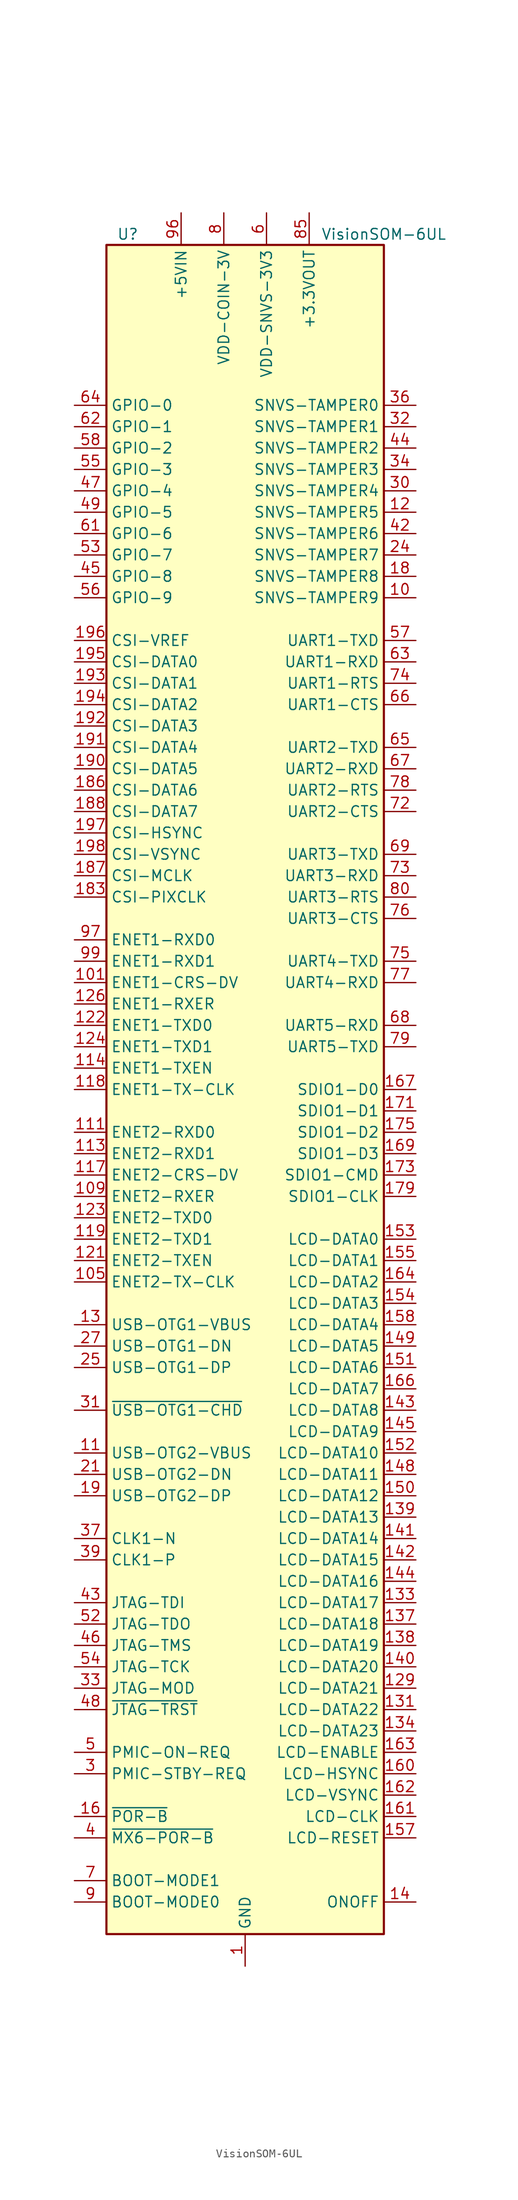
<source format=kicad_sym>
(kicad_symbol_lib
  (version 20231120)
  (generator "kicad_symbol_editor")
  (generator_version "8.0")
  (symbol "VisionSOM-6UL"
    (property "Reference" "U"
      (at -13.97 101.6 0)
      (effects (font (size 1.27 1.27))))
    (property "Value" "VisionSOM-6UL"
      (at 16.51 101.6 0)
      (effects (font (size 1.27 1.27))))
    (symbol "VisionSOM-6UL_0_1"
      (rectangle (start -16.51 100.33) (end 16.51 -100.33) (stroke (width 0.254) (type default)) (fill (type background))))
    (symbol "VisionSOM-6UL_1_1"
      (pin power_in line (at 0 -104.14 90) (length 3.81) (name "GND" (effects (font (size 1.27 1.27)))) (number "1" (effects (font (size 1.27 1.27)))))
      (pin bidirectional line (at 20.32 58.42 180) (length 3.81) (name "SNVS-TAMPER9" (effects (font (size 1.27 1.27)))) (number "10" (effects (font (size 1.27 1.27)))))
      (pin passive line (at -7.62 104.14 270) (length 3.81) hide (name "+5VIN" (effects (font (size 1.27 1.27)))) (number "100" (effects (font (size 1.27 1.27)))))
      (pin bidirectional line (at -20.32 12.7 0) (length 3.81) (name "ENET1-CRS-DV" (effects (font (size 1.27 1.27)))) (number "101" (effects (font (size 1.27 1.27)))))
      (pin passive line (at -7.62 104.14 270) (length 3.81) hide (name "+5VIN" (effects (font (size 1.27 1.27)))) (number "102" (effects (font (size 1.27 1.27)))))
      (pin passive line (at 0 -104.14 90) (length 3.81) hide (name "GND" (effects (font (size 1.27 1.27)))) (number "103" (effects (font (size 1.27 1.27)))))
      (pin passive line (at -7.62 104.14 270) (length 3.81) hide (name "+5VIN" (effects (font (size 1.27 1.27)))) (number "104" (effects (font (size 1.27 1.27)))))
      (pin bidirectional line (at -20.32 -22.86 0) (length 3.81) (name "ENET2-TX-CLK" (effects (font (size 1.27 1.27)))) (number "105" (effects (font (size 1.27 1.27)))))
      (pin passive line (at -7.62 104.14 270) (length 3.81) hide (name "+5VIN" (effects (font (size 1.27 1.27)))) (number "106" (effects (font (size 1.27 1.27)))))
      (pin passive line (at 0 -104.14 90) (length 3.81) hide (name "GND" (effects (font (size 1.27 1.27)))) (number "107" (effects (font (size 1.27 1.27)))))
      (pin passive line (at -7.62 104.14 270) (length 3.81) hide (name "+5VIN" (effects (font (size 1.27 1.27)))) (number "108" (effects (font (size 1.27 1.27)))))
      (pin bidirectional line (at -20.32 -12.7 0) (length 3.81) (name "ENET2-RXER" (effects (font (size 1.27 1.27)))) (number "109" (effects (font (size 1.27 1.27)))))
      (pin input line (at -20.32 -43.18 0) (length 3.81) (name "USB-OTG2-VBUS" (effects (font (size 1.27 1.27)))) (number "11" (effects (font (size 1.27 1.27)))))
      (pin passive line (at -7.62 104.14 270) (length 3.81) hide (name "+5VIN" (effects (font (size 1.27 1.27)))) (number "110" (effects (font (size 1.27 1.27)))))
      (pin bidirectional line (at -20.32 -5.08 0) (length 3.81) (name "ENET2-RXD0" (effects (font (size 1.27 1.27)))) (number "111" (effects (font (size 1.27 1.27)))))
      (pin passive line (at -7.62 104.14 270) (length 3.81) hide (name "+5VIN" (effects (font (size 1.27 1.27)))) (number "112" (effects (font (size 1.27 1.27)))))
      (pin bidirectional line (at -20.32 -7.62 0) (length 3.81) (name "ENET2-RXD1" (effects (font (size 1.27 1.27)))) (number "113" (effects (font (size 1.27 1.27)))))
      (pin bidirectional line (at -20.32 2.54 0) (length 3.81) (name "ENET1-TXEN" (effects (font (size 1.27 1.27)))) (number "114" (effects (font (size 1.27 1.27)))))
      (pin passive line (at 0 -104.14 90) (length 3.81) hide (name "GND" (effects (font (size 1.27 1.27)))) (number "115" (effects (font (size 1.27 1.27)))))
      (pin passive line (at 0 -104.14 90) (length 3.81) hide (name "GND" (effects (font (size 1.27 1.27)))) (number "116" (effects (font (size 1.27 1.27)))))
      (pin bidirectional line (at -20.32 -10.16 0) (length 3.81) (name "ENET2-CRS-DV" (effects (font (size 1.27 1.27)))) (number "117" (effects (font (size 1.27 1.27)))))
      (pin bidirectional line (at -20.32 0 0) (length 3.81) (name "ENET1-TX-CLK" (effects (font (size 1.27 1.27)))) (number "118" (effects (font (size 1.27 1.27)))))
      (pin bidirectional line (at -20.32 -17.78 0) (length 3.81) (name "ENET2-TXD1" (effects (font (size 1.27 1.27)))) (number "119" (effects (font (size 1.27 1.27)))))
      (pin bidirectional line (at 20.32 68.58 180) (length 3.81) (name "SNVS-TAMPER5" (effects (font (size 1.27 1.27)))) (number "12" (effects (font (size 1.27 1.27)))))
      (pin passive line (at 0 -104.14 90) (length 3.81) hide (name "GND" (effects (font (size 1.27 1.27)))) (number "120" (effects (font (size 1.27 1.27)))))
      (pin bidirectional line (at -20.32 -20.32 0) (length 3.81) (name "ENET2-TXEN" (effects (font (size 1.27 1.27)))) (number "121" (effects (font (size 1.27 1.27)))))
      (pin bidirectional line (at -20.32 7.62 0) (length 3.81) (name "ENET1-TXD0" (effects (font (size 1.27 1.27)))) (number "122" (effects (font (size 1.27 1.27)))))
      (pin bidirectional line (at -20.32 -15.24 0) (length 3.81) (name "ENET2-TXD0" (effects (font (size 1.27 1.27)))) (number "123" (effects (font (size 1.27 1.27)))))
      (pin bidirectional line (at -20.32 5.08 0) (length 3.81) (name "ENET1-TXD1" (effects (font (size 1.27 1.27)))) (number "124" (effects (font (size 1.27 1.27)))))
      (pin passive line (at 0 -104.14 90) (length 3.81) hide (name "GND" (effects (font (size 1.27 1.27)))) (number "125" (effects (font (size 1.27 1.27)))))
      (pin bidirectional line (at -20.32 10.16 0) (length 3.81) (name "ENET1-RXER" (effects (font (size 1.27 1.27)))) (number "126" (effects (font (size 1.27 1.27)))))
      (pin passive line (at 0 -104.14 90) (length 3.81) hide (name "GND" (effects (font (size 1.27 1.27)))) (number "127" (effects (font (size 1.27 1.27)))))
      (pin passive line (at 0 -104.14 90) (length 3.81) hide (name "GND" (effects (font (size 1.27 1.27)))) (number "128" (effects (font (size 1.27 1.27)))))
      (pin bidirectional line (at 20.32 -71.12 180) (length 3.81) (name "LCD-DATA21" (effects (font (size 1.27 1.27)))) (number "129" (effects (font (size 1.27 1.27)))))
      (pin input line (at -20.32 -27.94 0) (length 3.81) (name "USB-OTG1-VBUS" (effects (font (size 1.27 1.27)))) (number "13" (effects (font (size 1.27 1.27)))))
      (pin passive line (at 0 -104.14 90) (length 3.81) hide (name "GND" (effects (font (size 1.27 1.27)))) (number "130" (effects (font (size 1.27 1.27)))))
      (pin bidirectional line (at 20.32 -73.66 180) (length 3.81) (name "LCD-DATA22" (effects (font (size 1.27 1.27)))) (number "131" (effects (font (size 1.27 1.27)))))
      (pin passive line (at 0 -104.14 90) (length 3.81) hide (name "GND" (effects (font (size 1.27 1.27)))) (number "132" (effects (font (size 1.27 1.27)))))
      (pin bidirectional line (at 20.32 -60.96 180) (length 3.81) (name "LCD-DATA17" (effects (font (size 1.27 1.27)))) (number "133" (effects (font (size 1.27 1.27)))))
      (pin bidirectional line (at 20.32 -76.2 180) (length 3.81) (name "LCD-DATA23" (effects (font (size 1.27 1.27)))) (number "134" (effects (font (size 1.27 1.27)))))
      (pin passive line (at 0 -104.14 90) (length 3.81) hide (name "GND" (effects (font (size 1.27 1.27)))) (number "135" (effects (font (size 1.27 1.27)))))
      (pin passive line (at 0 -104.14 90) (length 3.81) hide (name "GND" (effects (font (size 1.27 1.27)))) (number "136" (effects (font (size 1.27 1.27)))))
      (pin bidirectional line (at 20.32 -63.5 180) (length 3.81) (name "LCD-DATA18" (effects (font (size 1.27 1.27)))) (number "137" (effects (font (size 1.27 1.27)))))
      (pin bidirectional line (at 20.32 -66.04 180) (length 3.81) (name "LCD-DATA19" (effects (font (size 1.27 1.27)))) (number "138" (effects (font (size 1.27 1.27)))))
      (pin bidirectional line (at 20.32 -50.8 180) (length 3.81) (name "LCD-DATA13" (effects (font (size 1.27 1.27)))) (number "139" (effects (font (size 1.27 1.27)))))
      (pin input line (at 20.32 -96.52 180) (length 3.81) (name "ONOFF" (effects (font (size 1.27 1.27)))) (number "14" (effects (font (size 1.27 1.27)))))
      (pin bidirectional line (at 20.32 -68.58 180) (length 3.81) (name "LCD-DATA20" (effects (font (size 1.27 1.27)))) (number "140" (effects (font (size 1.27 1.27)))))
      (pin bidirectional line (at 20.32 -53.34 180) (length 3.81) (name "LCD-DATA14" (effects (font (size 1.27 1.27)))) (number "141" (effects (font (size 1.27 1.27)))))
      (pin bidirectional line (at 20.32 -55.88 180) (length 3.81) (name "LCD-DATA15" (effects (font (size 1.27 1.27)))) (number "142" (effects (font (size 1.27 1.27)))))
      (pin bidirectional line (at 20.32 -38.1 180) (length 3.81) (name "LCD-DATA8" (effects (font (size 1.27 1.27)))) (number "143" (effects (font (size 1.27 1.27)))))
      (pin bidirectional line (at 20.32 -58.42 180) (length 3.81) (name "LCD-DATA16" (effects (font (size 1.27 1.27)))) (number "144" (effects (font (size 1.27 1.27)))))
      (pin bidirectional line (at 20.32 -40.64 180) (length 3.81) (name "LCD-DATA9" (effects (font (size 1.27 1.27)))) (number "145" (effects (font (size 1.27 1.27)))))
      (pin passive line (at 0 -104.14 90) (length 3.81) hide (name "GND" (effects (font (size 1.27 1.27)))) (number "146" (effects (font (size 1.27 1.27)))))
      (pin passive line (at 0 -104.14 90) (length 3.81) hide (name "GND" (effects (font (size 1.27 1.27)))) (number "147" (effects (font (size 1.27 1.27)))))
      (pin bidirectional line (at 20.32 -45.72 180) (length 3.81) (name "LCD-DATA11" (effects (font (size 1.27 1.27)))) (number "148" (effects (font (size 1.27 1.27)))))
      (pin bidirectional line (at 20.32 -30.48 180) (length 3.81) (name "LCD-DATA5" (effects (font (size 1.27 1.27)))) (number "149" (effects (font (size 1.27 1.27)))))
      (pin passive line (at 0 -104.14 90) (length 3.81) hide (name "GND" (effects (font (size 1.27 1.27)))) (number "15" (effects (font (size 1.27 1.27)))))
      (pin bidirectional line (at 20.32 -48.26 180) (length 3.81) (name "LCD-DATA12" (effects (font (size 1.27 1.27)))) (number "150" (effects (font (size 1.27 1.27)))))
      (pin bidirectional line (at 20.32 -33.02 180) (length 3.81) (name "LCD-DATA6" (effects (font (size 1.27 1.27)))) (number "151" (effects (font (size 1.27 1.27)))))
      (pin bidirectional line (at 20.32 -43.18 180) (length 3.81) (name "LCD-DATA10" (effects (font (size 1.27 1.27)))) (number "152" (effects (font (size 1.27 1.27)))))
      (pin bidirectional line (at 20.32 -17.78 180) (length 3.81) (name "LCD-DATA0" (effects (font (size 1.27 1.27)))) (number "153" (effects (font (size 1.27 1.27)))))
      (pin bidirectional line (at 20.32 -25.4 180) (length 3.81) (name "LCD-DATA3" (effects (font (size 1.27 1.27)))) (number "154" (effects (font (size 1.27 1.27)))))
      (pin bidirectional line (at 20.32 -20.32 180) (length 3.81) (name "LCD-DATA1" (effects (font (size 1.27 1.27)))) (number "155" (effects (font (size 1.27 1.27)))))
      (pin passive line (at 0 -104.14 90) (length 3.81) hide (name "GND" (effects (font (size 1.27 1.27)))) (number "156" (effects (font (size 1.27 1.27)))))
      (pin bidirectional line (at 20.32 -88.9 180) (length 3.81) (name "LCD-RESET" (effects (font (size 1.27 1.27)))) (number "157" (effects (font (size 1.27 1.27)))))
      (pin bidirectional line (at 20.32 -27.94 180) (length 3.81) (name "LCD-DATA4" (effects (font (size 1.27 1.27)))) (number "158" (effects (font (size 1.27 1.27)))))
      (pin passive line (at 0 -104.14 90) (length 3.81) hide (name "GND" (effects (font (size 1.27 1.27)))) (number "159" (effects (font (size 1.27 1.27)))))
      (pin input line (at -20.32 -86.36 0) (length 3.81) (name "~{POR-B}" (effects (font (size 1.27 1.27)))) (number "16" (effects (font (size 1.27 1.27)))))
      (pin bidirectional line (at 20.32 -81.28 180) (length 3.81) (name "LCD-HSYNC" (effects (font (size 1.27 1.27)))) (number "160" (effects (font (size 1.27 1.27)))))
      (pin bidirectional line (at 20.32 -86.36 180) (length 3.81) (name "LCD-CLK" (effects (font (size 1.27 1.27)))) (number "161" (effects (font (size 1.27 1.27)))))
      (pin bidirectional line (at 20.32 -83.82 180) (length 3.81) (name "LCD-VSYNC" (effects (font (size 1.27 1.27)))) (number "162" (effects (font (size 1.27 1.27)))))
      (pin bidirectional line (at 20.32 -78.74 180) (length 3.81) (name "LCD-ENABLE" (effects (font (size 1.27 1.27)))) (number "163" (effects (font (size 1.27 1.27)))))
      (pin bidirectional line (at 20.32 -22.86 180) (length 3.81) (name "LCD-DATA2" (effects (font (size 1.27 1.27)))) (number "164" (effects (font (size 1.27 1.27)))))
      (pin passive line (at 0 -104.14 90) (length 3.81) hide (name "GND" (effects (font (size 1.27 1.27)))) (number "165" (effects (font (size 1.27 1.27)))))
      (pin bidirectional line (at 20.32 -35.56 180) (length 3.81) (name "LCD-DATA7" (effects (font (size 1.27 1.27)))) (number "166" (effects (font (size 1.27 1.27)))))
      (pin bidirectional line (at 20.32 0 180) (length 3.81) (name "SDIO1-D0" (effects (font (size 1.27 1.27)))) (number "167" (effects (font (size 1.27 1.27)))))
      (pin passive line (at 0 -104.14 90) (length 3.81) hide (name "GND" (effects (font (size 1.27 1.27)))) (number "168" (effects (font (size 1.27 1.27)))))
      (pin bidirectional line (at 20.32 -7.62 180) (length 3.81) (name "SDIO1-D3" (effects (font (size 1.27 1.27)))) (number "169" (effects (font (size 1.27 1.27)))))
      (pin passive line (at 0 -104.14 90) (length 3.81) hide (name "GND" (effects (font (size 1.27 1.27)))) (number "17" (effects (font (size 1.27 1.27)))))
      (pin passive line (at 0 -104.14 90) (length 3.81) hide (name "GND" (effects (font (size 1.27 1.27)))) (number "170" (effects (font (size 1.27 1.27)))))
      (pin bidirectional line (at 20.32 -2.54 180) (length 3.81) (name "SDIO1-D1" (effects (font (size 1.27 1.27)))) (number "171" (effects (font (size 1.27 1.27)))))
      (pin passive line (at 0 -104.14 90) (length 3.81) hide (name "GND" (effects (font (size 1.27 1.27)))) (number "172" (effects (font (size 1.27 1.27)))))
      (pin bidirectional line (at 20.32 -10.16 180) (length 3.81) (name "SDIO1-CMD" (effects (font (size 1.27 1.27)))) (number "173" (effects (font (size 1.27 1.27)))))
      (pin passive line (at 0 -104.14 90) (length 3.81) hide (name "GND" (effects (font (size 1.27 1.27)))) (number "174" (effects (font (size 1.27 1.27)))))
      (pin bidirectional line (at 20.32 -5.08 180) (length 3.81) (name "SDIO1-D2" (effects (font (size 1.27 1.27)))) (number "175" (effects (font (size 1.27 1.27)))))
      (pin passive line (at 0 -104.14 90) (length 3.81) hide (name "GND" (effects (font (size 1.27 1.27)))) (number "176" (effects (font (size 1.27 1.27)))))
      (pin passive line (at 0 -104.14 90) (length 3.81) hide (name "GND" (effects (font (size 1.27 1.27)))) (number "177" (effects (font (size 1.27 1.27)))))
      (pin passive line (at 0 -104.14 90) (length 3.81) hide (name "GND" (effects (font (size 1.27 1.27)))) (number "178" (effects (font (size 1.27 1.27)))))
      (pin bidirectional line (at 20.32 -12.7 180) (length 3.81) (name "SDIO1-CLK" (effects (font (size 1.27 1.27)))) (number "179" (effects (font (size 1.27 1.27)))))
      (pin bidirectional line (at 20.32 60.96 180) (length 3.81) (name "SNVS-TAMPER8" (effects (font (size 1.27 1.27)))) (number "18" (effects (font (size 1.27 1.27)))))
      (pin passive line (at 0 -104.14 90) (length 3.81) hide (name "GND" (effects (font (size 1.27 1.27)))) (number "180" (effects (font (size 1.27 1.27)))))
      (pin passive line (at 0 -104.14 90) (length 3.81) hide (name "GND" (effects (font (size 1.27 1.27)))) (number "181" (effects (font (size 1.27 1.27)))))
      (pin passive line (at 0 -104.14 90) (length 3.81) hide (name "GND" (effects (font (size 1.27 1.27)))) (number "182" (effects (font (size 1.27 1.27)))))
      (pin bidirectional line (at -20.32 22.86 0) (length 3.81) (name "CSI-PIXCLK" (effects (font (size 1.27 1.27)))) (number "183" (effects (font (size 1.27 1.27)))))
      (pin passive line (at 0 -104.14 90) (length 3.81) hide (name "GND" (effects (font (size 1.27 1.27)))) (number "184" (effects (font (size 1.27 1.27)))))
      (pin passive line (at 0 -104.14 90) (length 3.81) hide (name "GND" (effects (font (size 1.27 1.27)))) (number "185" (effects (font (size 1.27 1.27)))))
      (pin bidirectional line (at -20.32 35.56 0) (length 3.81) (name "CSI-DATA6" (effects (font (size 1.27 1.27)))) (number "186" (effects (font (size 1.27 1.27)))))
      (pin bidirectional line (at -20.32 25.4 0) (length 3.81) (name "CSI-MCLK" (effects (font (size 1.27 1.27)))) (number "187" (effects (font (size 1.27 1.27)))))
      (pin bidirectional line (at -20.32 33.02 0) (length 3.81) (name "CSI-DATA7" (effects (font (size 1.27 1.27)))) (number "188" (effects (font (size 1.27 1.27)))))
      (pin passive line (at 0 -104.14 90) (length 3.81) hide (name "GND" (effects (font (size 1.27 1.27)))) (number "189" (effects (font (size 1.27 1.27)))))
      (pin bidirectional line (at -20.32 -48.26 0) (length 3.81) (name "USB-OTG2-DP" (effects (font (size 1.27 1.27)))) (number "19" (effects (font (size 1.27 1.27)))))
      (pin bidirectional line (at -20.32 38.1 0) (length 3.81) (name "CSI-DATA5" (effects (font (size 1.27 1.27)))) (number "190" (effects (font (size 1.27 1.27)))))
      (pin bidirectional line (at -20.32 40.64 0) (length 3.81) (name "CSI-DATA4" (effects (font (size 1.27 1.27)))) (number "191" (effects (font (size 1.27 1.27)))))
      (pin bidirectional line (at -20.32 43.18 0) (length 3.81) (name "CSI-DATA3" (effects (font (size 1.27 1.27)))) (number "192" (effects (font (size 1.27 1.27)))))
      (pin bidirectional line (at -20.32 48.26 0) (length 3.81) (name "CSI-DATA1" (effects (font (size 1.27 1.27)))) (number "193" (effects (font (size 1.27 1.27)))))
      (pin bidirectional line (at -20.32 45.72 0) (length 3.81) (name "CSI-DATA2" (effects (font (size 1.27 1.27)))) (number "194" (effects (font (size 1.27 1.27)))))
      (pin bidirectional line (at -20.32 50.8 0) (length 3.81) (name "CSI-DATA0" (effects (font (size 1.27 1.27)))) (number "195" (effects (font (size 1.27 1.27)))))
      (pin passive line (at -20.32 53.34 0) (length 3.81) (name "CSI-VREF" (effects (font (size 1.27 1.27)))) (number "196" (effects (font (size 1.27 1.27)))))
      (pin bidirectional line (at -20.32 30.48 0) (length 3.81) (name "CSI-HSYNC" (effects (font (size 1.27 1.27)))) (number "197" (effects (font (size 1.27 1.27)))))
      (pin bidirectional line (at -20.32 27.94 0) (length 3.81) (name "CSI-VSYNC" (effects (font (size 1.27 1.27)))) (number "198" (effects (font (size 1.27 1.27)))))
      (pin passive line (at 0 -104.14 90) (length 3.81) hide (name "GND" (effects (font (size 1.27 1.27)))) (number "199" (effects (font (size 1.27 1.27)))))
      (pin passive line (at 0 -104.14 90) (length 3.81) hide (name "GND" (effects (font (size 1.27 1.27)))) (number "2" (effects (font (size 1.27 1.27)))))
      (pin passive line (at 0 -104.14 90) (length 3.81) hide (name "GND" (effects (font (size 1.27 1.27)))) (number "20" (effects (font (size 1.27 1.27)))))
      (pin passive line (at 0 -104.14 90) (length 3.81) hide (name "GND" (effects (font (size 1.27 1.27)))) (number "200" (effects (font (size 1.27 1.27)))))
      (pin bidirectional line (at -20.32 -45.72 0) (length 3.81) (name "USB-OTG2-DN" (effects (font (size 1.27 1.27)))) (number "21" (effects (font (size 1.27 1.27)))))
      (pin passive line (at 0 -104.14 90) (length 3.81) hide (name "GND" (effects (font (size 1.27 1.27)))) (number "22" (effects (font (size 1.27 1.27)))))
      (pin passive line (at 0 -104.14 90) (length 3.81) hide (name "GND" (effects (font (size 1.27 1.27)))) (number "23" (effects (font (size 1.27 1.27)))))
      (pin bidirectional line (at 20.32 63.5 180) (length 3.81) (name "SNVS-TAMPER7" (effects (font (size 1.27 1.27)))) (number "24" (effects (font (size 1.27 1.27)))))
      (pin bidirectional line (at -20.32 -33.02 0) (length 3.81) (name "USB-OTG1-DP" (effects (font (size 1.27 1.27)))) (number "25" (effects (font (size 1.27 1.27)))))
      (pin passive line (at 0 -104.14 90) (length 3.81) hide (name "GND" (effects (font (size 1.27 1.27)))) (number "26" (effects (font (size 1.27 1.27)))))
      (pin bidirectional line (at -20.32 -30.48 0) (length 3.81) (name "USB-OTG1-DN" (effects (font (size 1.27 1.27)))) (number "27" (effects (font (size 1.27 1.27)))))
      (pin passive line (at 0 -104.14 90) (length 3.81) hide (name "GND" (effects (font (size 1.27 1.27)))) (number "28" (effects (font (size 1.27 1.27)))))
      (pin passive line (at 0 -104.14 90) (length 3.81) hide (name "GND" (effects (font (size 1.27 1.27)))) (number "29" (effects (font (size 1.27 1.27)))))
      (pin output line (at -20.32 -81.28 0) (length 3.81) (name "PMIC-STBY-REQ" (effects (font (size 1.27 1.27)))) (number "3" (effects (font (size 1.27 1.27)))))
      (pin bidirectional line (at 20.32 71.12 180) (length 3.81) (name "SNVS-TAMPER4" (effects (font (size 1.27 1.27)))) (number "30" (effects (font (size 1.27 1.27)))))
      (pin open_collector line (at -20.32 -38.1 0) (length 3.81) (name "~{USB-OTG1-CHD}" (effects (font (size 1.27 1.27)))) (number "31" (effects (font (size 1.27 1.27)))))
      (pin bidirectional line (at 20.32 78.74 180) (length 3.81) (name "SNVS-TAMPER1" (effects (font (size 1.27 1.27)))) (number "32" (effects (font (size 1.27 1.27)))))
      (pin bidirectional line (at -20.32 -71.12 0) (length 3.81) (name "JTAG-MOD" (effects (font (size 1.27 1.27)))) (number "33" (effects (font (size 1.27 1.27)))))
      (pin bidirectional line (at 20.32 73.66 180) (length 3.81) (name "SNVS-TAMPER3" (effects (font (size 1.27 1.27)))) (number "34" (effects (font (size 1.27 1.27)))))
      (pin passive line (at 0 -104.14 90) (length 3.81) hide (name "GND" (effects (font (size 1.27 1.27)))) (number "35" (effects (font (size 1.27 1.27)))))
      (pin bidirectional line (at 20.32 81.28 180) (length 3.81) (name "SNVS-TAMPER0" (effects (font (size 1.27 1.27)))) (number "36" (effects (font (size 1.27 1.27)))))
      (pin bidirectional line (at -20.32 -53.34 0) (length 3.81) (name "CLK1-N" (effects (font (size 1.27 1.27)))) (number "37" (effects (font (size 1.27 1.27)))))
      (pin passive line (at 0 -104.14 90) (length 3.81) hide (name "GND" (effects (font (size 1.27 1.27)))) (number "38" (effects (font (size 1.27 1.27)))))
      (pin bidirectional line (at -20.32 -55.88 0) (length 3.81) (name "CLK1-P" (effects (font (size 1.27 1.27)))) (number "39" (effects (font (size 1.27 1.27)))))
      (pin input line (at -20.32 -88.9 0) (length 3.81) (name "~{MX6-POR-B}" (effects (font (size 1.27 1.27)))) (number "4" (effects (font (size 1.27 1.27)))))
      (pin passive line (at 0 -104.14 90) (length 3.81) hide (name "GND" (effects (font (size 1.27 1.27)))) (number "40" (effects (font (size 1.27 1.27)))))
      (pin passive line (at 0 -104.14 90) (length 3.81) hide (name "GND" (effects (font (size 1.27 1.27)))) (number "41" (effects (font (size 1.27 1.27)))))
      (pin bidirectional line (at 20.32 66.04 180) (length 3.81) (name "SNVS-TAMPER6" (effects (font (size 1.27 1.27)))) (number "42" (effects (font (size 1.27 1.27)))))
      (pin bidirectional line (at -20.32 -60.96 0) (length 3.81) (name "JTAG-TDI" (effects (font (size 1.27 1.27)))) (number "43" (effects (font (size 1.27 1.27)))))
      (pin bidirectional line (at 20.32 76.2 180) (length 3.81) (name "SNVS-TAMPER2" (effects (font (size 1.27 1.27)))) (number "44" (effects (font (size 1.27 1.27)))))
      (pin bidirectional line (at -20.32 60.96 0) (length 3.81) (name "GPIO-8" (effects (font (size 1.27 1.27)))) (number "45" (effects (font (size 1.27 1.27)))))
      (pin bidirectional line (at -20.32 -66.04 0) (length 3.81) (name "JTAG-TMS" (effects (font (size 1.27 1.27)))) (number "46" (effects (font (size 1.27 1.27)))))
      (pin bidirectional line (at -20.32 71.12 0) (length 3.81) (name "GPIO-4" (effects (font (size 1.27 1.27)))) (number "47" (effects (font (size 1.27 1.27)))))
      (pin bidirectional line (at -20.32 -73.66 0) (length 3.81) (name "~{JTAG-TRST}" (effects (font (size 1.27 1.27)))) (number "48" (effects (font (size 1.27 1.27)))))
      (pin bidirectional line (at -20.32 68.58 0) (length 3.81) (name "GPIO-5" (effects (font (size 1.27 1.27)))) (number "49" (effects (font (size 1.27 1.27)))))
      (pin output line (at -20.32 -78.74 0) (length 3.81) (name "PMIC-ON-REQ" (effects (font (size 1.27 1.27)))) (number "5" (effects (font (size 1.27 1.27)))))
      (pin passive line (at 0 -104.14 90) (length 3.81) hide (name "GND" (effects (font (size 1.27 1.27)))) (number "50" (effects (font (size 1.27 1.27)))))
      (pin passive line (at 0 -104.14 90) (length 3.81) hide (name "GND" (effects (font (size 1.27 1.27)))) (number "51" (effects (font (size 1.27 1.27)))))
      (pin bidirectional line (at -20.32 -63.5 0) (length 3.81) (name "JTAG-TDO" (effects (font (size 1.27 1.27)))) (number "52" (effects (font (size 1.27 1.27)))))
      (pin bidirectional line (at -20.32 63.5 0) (length 3.81) (name "GPIO-7" (effects (font (size 1.27 1.27)))) (number "53" (effects (font (size 1.27 1.27)))))
      (pin bidirectional line (at -20.32 -68.58 0) (length 3.81) (name "JTAG-TCK" (effects (font (size 1.27 1.27)))) (number "54" (effects (font (size 1.27 1.27)))))
      (pin bidirectional line (at -20.32 73.66 0) (length 3.81) (name "GPIO-3" (effects (font (size 1.27 1.27)))) (number "55" (effects (font (size 1.27 1.27)))))
      (pin bidirectional line (at -20.32 58.42 0) (length 3.81) (name "GPIO-9" (effects (font (size 1.27 1.27)))) (number "56" (effects (font (size 1.27 1.27)))))
      (pin bidirectional line (at 20.32 53.34 180) (length 3.81) (name "UART1-TXD" (effects (font (size 1.27 1.27)))) (number "57" (effects (font (size 1.27 1.27)))))
      (pin bidirectional line (at -20.32 76.2 0) (length 3.81) (name "GPIO-2" (effects (font (size 1.27 1.27)))) (number "58" (effects (font (size 1.27 1.27)))))
      (pin passive line (at 0 -104.14 90) (length 3.81) hide (name "GND" (effects (font (size 1.27 1.27)))) (number "59" (effects (font (size 1.27 1.27)))))
      (pin power_in line (at 2.54 104.14 270) (length 3.81) (name "VDD-SNVS-3V3" (effects (font (size 1.27 1.27)))) (number "6" (effects (font (size 1.27 1.27)))))
      (pin passive line (at 0 -104.14 90) (length 3.81) hide (name "GND" (effects (font (size 1.27 1.27)))) (number "60" (effects (font (size 1.27 1.27)))))
      (pin bidirectional line (at -20.32 66.04 0) (length 3.81) (name "GPIO-6" (effects (font (size 1.27 1.27)))) (number "61" (effects (font (size 1.27 1.27)))))
      (pin bidirectional line (at -20.32 78.74 0) (length 3.81) (name "GPIO-1" (effects (font (size 1.27 1.27)))) (number "62" (effects (font (size 1.27 1.27)))))
      (pin bidirectional line (at 20.32 50.8 180) (length 3.81) (name "UART1-RXD" (effects (font (size 1.27 1.27)))) (number "63" (effects (font (size 1.27 1.27)))))
      (pin bidirectional line (at -20.32 81.28 0) (length 3.81) (name "GPIO-0" (effects (font (size 1.27 1.27)))) (number "64" (effects (font (size 1.27 1.27)))))
      (pin bidirectional line (at 20.32 40.64 180) (length 3.81) (name "UART2-TXD" (effects (font (size 1.27 1.27)))) (number "65" (effects (font (size 1.27 1.27)))))
      (pin bidirectional line (at 20.32 45.72 180) (length 3.81) (name "UART1-CTS" (effects (font (size 1.27 1.27)))) (number "66" (effects (font (size 1.27 1.27)))))
      (pin bidirectional line (at 20.32 38.1 180) (length 3.81) (name "UART2-RXD" (effects (font (size 1.27 1.27)))) (number "67" (effects (font (size 1.27 1.27)))))
      (pin bidirectional line (at 20.32 7.62 180) (length 3.81) (name "UART5-RXD" (effects (font (size 1.27 1.27)))) (number "68" (effects (font (size 1.27 1.27)))))
      (pin bidirectional line (at 20.32 27.94 180) (length 3.81) (name "UART3-TXD" (effects (font (size 1.27 1.27)))) (number "69" (effects (font (size 1.27 1.27)))))
      (pin input line (at -20.32 -93.98 0) (length 3.81) (name "BOOT-MODE1" (effects (font (size 1.27 1.27)))) (number "7" (effects (font (size 1.27 1.27)))))
      (pin passive line (at 0 -104.14 90) (length 3.81) hide (name "GND" (effects (font (size 1.27 1.27)))) (number "70" (effects (font (size 1.27 1.27)))))
      (pin passive line (at 0 -104.14 90) (length 3.81) hide (name "GND" (effects (font (size 1.27 1.27)))) (number "71" (effects (font (size 1.27 1.27)))))
      (pin bidirectional line (at 20.32 33.02 180) (length 3.81) (name "UART2-CTS" (effects (font (size 1.27 1.27)))) (number "72" (effects (font (size 1.27 1.27)))))
      (pin bidirectional line (at 20.32 25.4 180) (length 3.81) (name "UART3-RXD" (effects (font (size 1.27 1.27)))) (number "73" (effects (font (size 1.27 1.27)))))
      (pin bidirectional line (at 20.32 48.26 180) (length 3.81) (name "UART1-RTS" (effects (font (size 1.27 1.27)))) (number "74" (effects (font (size 1.27 1.27)))))
      (pin bidirectional line (at 20.32 15.24 180) (length 3.81) (name "UART4-TXD" (effects (font (size 1.27 1.27)))) (number "75" (effects (font (size 1.27 1.27)))))
      (pin bidirectional line (at 20.32 20.32 180) (length 3.81) (name "UART3-CTS" (effects (font (size 1.27 1.27)))) (number "76" (effects (font (size 1.27 1.27)))))
      (pin bidirectional line (at 20.32 12.7 180) (length 3.81) (name "UART4-RXD" (effects (font (size 1.27 1.27)))) (number "77" (effects (font (size 1.27 1.27)))))
      (pin bidirectional line (at 20.32 35.56 180) (length 3.81) (name "UART2-RTS" (effects (font (size 1.27 1.27)))) (number "78" (effects (font (size 1.27 1.27)))))
      (pin bidirectional line (at 20.32 5.08 180) (length 3.81) (name "UART5-TXD" (effects (font (size 1.27 1.27)))) (number "79" (effects (font (size 1.27 1.27)))))
      (pin power_in line (at -2.54 104.14 270) (length 3.81) (name "VDD-COIN-3V" (effects (font (size 1.27 1.27)))) (number "8" (effects (font (size 1.27 1.27)))))
      (pin bidirectional line (at 20.32 22.86 180) (length 3.81) (name "UART3-RTS" (effects (font (size 1.27 1.27)))) (number "80" (effects (font (size 1.27 1.27)))))
      (pin passive line (at 0 -104.14 90) (length 3.81) hide (name "GND" (effects (font (size 1.27 1.27)))) (number "81" (effects (font (size 1.27 1.27)))))
      (pin passive line (at 0 -104.14 90) (length 3.81) hide (name "GND" (effects (font (size 1.27 1.27)))) (number "82" (effects (font (size 1.27 1.27)))))
      (pin no_connect line (at 15.24 -93.98 180) (length 3.81) hide (name "NC" (effects (font (size 1.27 1.27)))) (number "83" (effects (font (size 1.27 1.27)))))
      (pin passive line (at 0 -104.14 90) (length 3.81) hide (name "GND" (effects (font (size 1.27 1.27)))) (number "84" (effects (font (size 1.27 1.27)))))
      (pin power_out line (at 7.62 104.14 270) (length 3.81) (name "+3.3VOUT" (effects (font (size 1.27 1.27)))) (number "85" (effects (font (size 1.27 1.27)))))
      (pin no_connect line (at -15.24 -76.2 0) (length 2.54) hide (name "NC" (effects (font (size 1.27 1.27)))) (number "86" (effects (font (size 1.27 1.27)))))
      (pin passive line (at 7.62 104.14 270) (length 3.81) hide (name "+3.3VOUT" (effects (font (size 1.27 1.27)))) (number "87" (effects (font (size 1.27 1.27)))))
      (pin passive line (at 7.62 104.14 270) (length 3.81) hide (name "+3.3VOUT" (effects (font (size 1.27 1.27)))) (number "88" (effects (font (size 1.27 1.27)))))
      (pin passive line (at 7.62 104.14 270) (length 3.81) hide (name "+3.3VOUT" (effects (font (size 1.27 1.27)))) (number "89" (effects (font (size 1.27 1.27)))))
      (pin input line (at -20.32 -96.52 0) (length 3.81) (name "BOOT-MODE0" (effects (font (size 1.27 1.27)))) (number "9" (effects (font (size 1.27 1.27)))))
      (pin passive line (at 7.62 104.14 270) (length 3.81) hide (name "+3.3VOUT" (effects (font (size 1.27 1.27)))) (number "90" (effects (font (size 1.27 1.27)))))
      (pin passive line (at 7.62 104.14 270) (length 3.81) hide (name "+3.3VOUT" (effects (font (size 1.27 1.27)))) (number "91" (effects (font (size 1.27 1.27)))))
      (pin passive line (at 7.62 104.14 270) (length 3.81) hide (name "+3.3VOUT" (effects (font (size 1.27 1.27)))) (number "92" (effects (font (size 1.27 1.27)))))
      (pin passive line (at 7.62 104.14 270) (length 3.81) hide (name "+3.3VOUT" (effects (font (size 1.27 1.27)))) (number "93" (effects (font (size 1.27 1.27)))))
      (pin no_connect line (at -15.24 -83.82 0) (length 2.54) hide (name "NC" (effects (font (size 1.27 1.27)))) (number "94" (effects (font (size 1.27 1.27)))))
      (pin no_connect line (at -15.24 -91.44 0) (length 2.54) hide (name "NC" (effects (font (size 1.27 1.27)))) (number "95" (effects (font (size 1.27 1.27)))))
      (pin power_in line (at -7.62 104.14 270) (length 3.81) (name "+5VIN" (effects (font (size 1.27 1.27)))) (number "96" (effects (font (size 1.27 1.27)))))
      (pin bidirectional line (at -20.32 17.78 0) (length 3.81) (name "ENET1-RXD0" (effects (font (size 1.27 1.27)))) (number "97" (effects (font (size 1.27 1.27)))))
      (pin passive line (at -7.62 104.14 270) (length 3.81) hide (name "+5VIN" (effects (font (size 1.27 1.27)))) (number "98" (effects (font (size 1.27 1.27)))))
      (pin bidirectional line (at -20.32 15.24 0) (length 3.81) (name "ENET1-RXD1" (effects (font (size 1.27 1.27)))) (number "99" (effects (font (size 1.27 1.27))))))))
</source>
